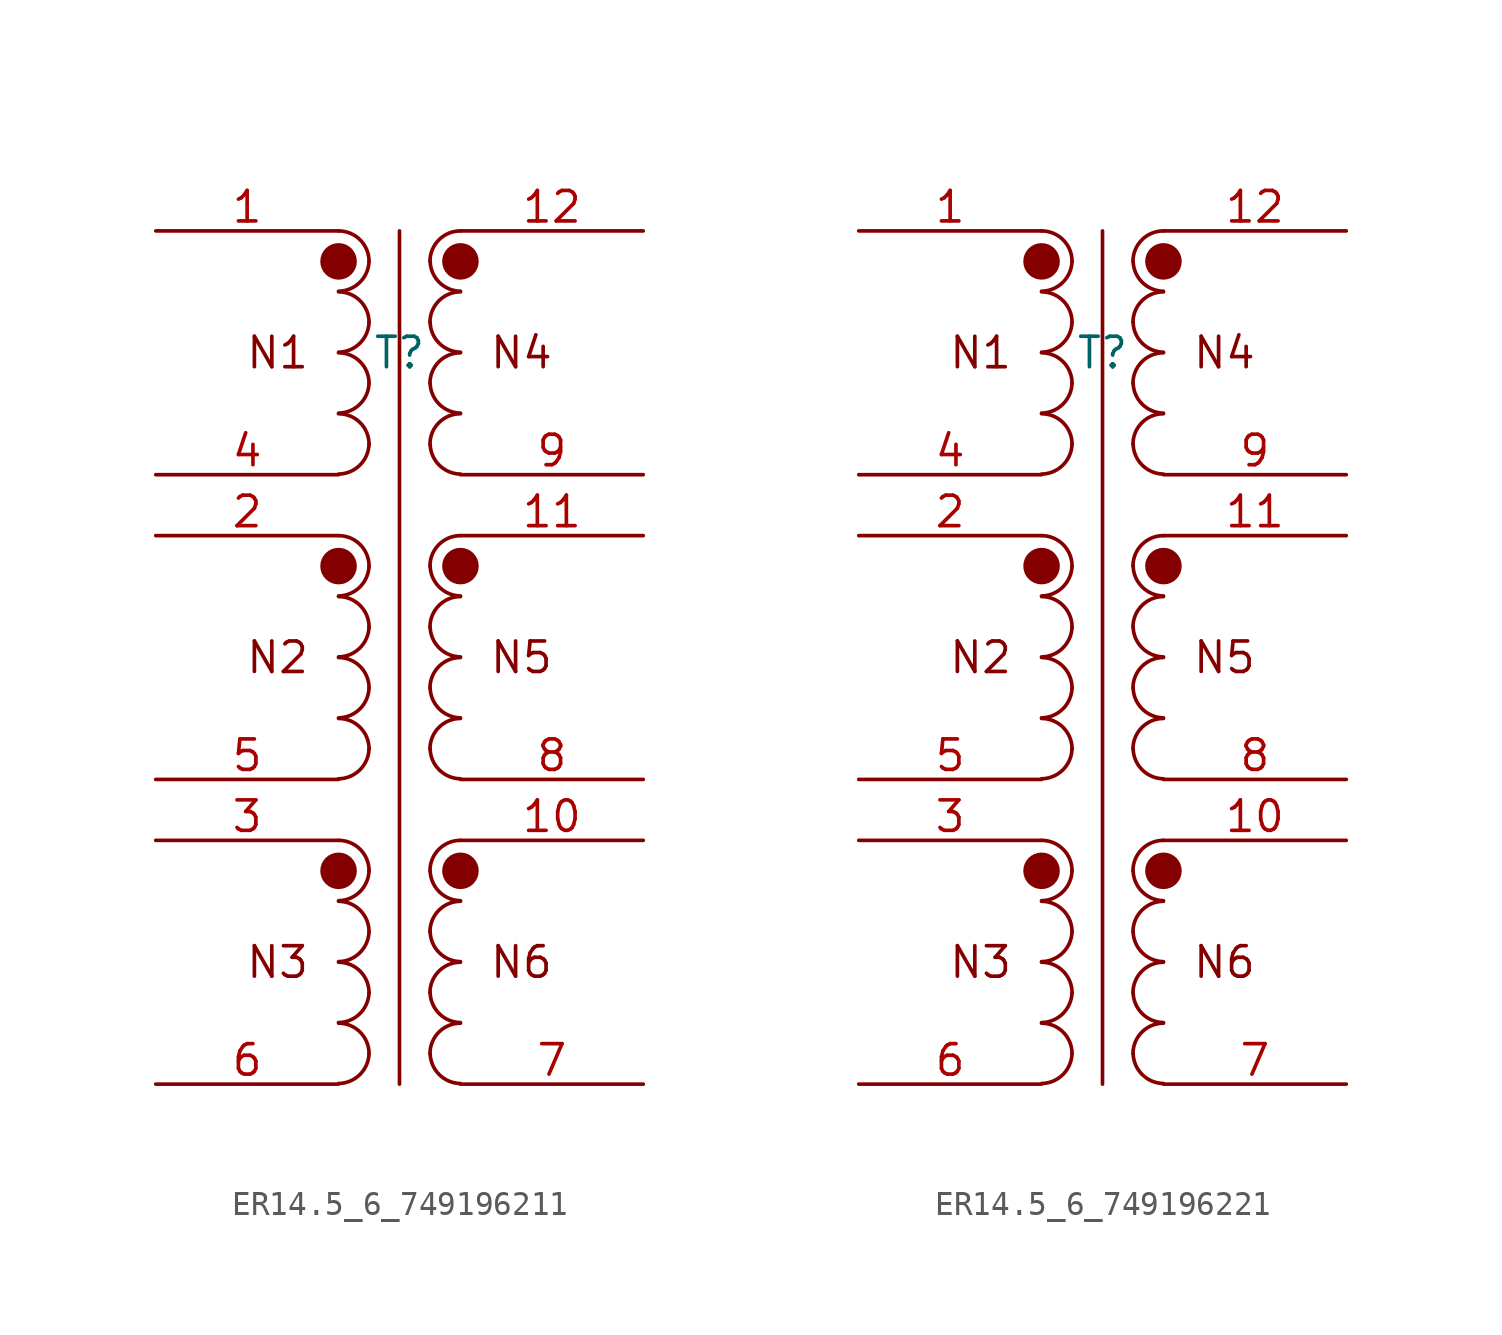
<source format=kicad_sym>
(kicad_symbol_lib
  (version 20220914)
  (generator kicad_symbol_editor)
  (symbol "ER14.5_6_749196211"
    (pin_names hide)
    (property "Reference" "T"
      (at 0 12.7 0)
      (effects (font (size 1.27 1.27))))
    (property "Critical Parameter" ""
      (at 0 -5.08 0)
      (effects (font (size 1.27 1.27)) (justify left)))
    (symbol "ER14.5_6_749196211_0_1"
      (arc (start -2.54 -17.7546) (mid -1.6561 -17.3863) (end -1.27 -16.51) (stroke (width 0) (type default)) (fill (type none)))
      (arc (start -2.54 -15.2146) (mid -1.6561 -14.8463) (end -1.27 -13.97) (stroke (width 0) (type default)) (fill (type none)))
      (arc (start -2.54 -12.6746) (mid -1.6561 -12.3063) (end -1.27 -11.43) (stroke (width 0) (type default)) (fill (type none)))
      (arc (start -2.54 -10.1346) (mid -1.6561 -9.7663) (end -1.27 -8.89) (stroke (width 0) (type default)) (fill (type none)))
      (arc (start -2.54 -5.0546) (mid -1.6561 -4.6863) (end -1.27 -3.81) (stroke (width 0) (type default)) (fill (type none)))
      (arc (start -2.54 -2.5146) (mid -1.6561 -2.1463) (end -1.27 -1.27) (stroke (width 0) (type default)) (fill (type none)))
      (arc (start -2.54 0.0254) (mid -1.6561 0.3937) (end -1.27 1.27) (stroke (width 0) (type default)) (fill (type none)))
      (arc (start -2.54 2.5654) (mid -1.6561 2.9337) (end -1.27 3.81) (stroke (width 0) (type default)) (fill (type none)))
      (arc (start -2.54 7.6454) (mid -1.6561 8.0137) (end -1.27 8.89) (stroke (width 0) (type default)) (fill (type none)))
      (arc (start -2.54 10.1854) (mid -1.6561 10.5537) (end -1.27 11.43) (stroke (width 0) (type default)) (fill (type none)))
      (arc (start -2.54 12.7254) (mid -1.6561 13.0937) (end -1.27 13.97) (stroke (width 0) (type default)) (fill (type none)))
      (arc (start -2.54 15.2654) (mid -1.6561 15.6337) (end -1.27 16.51) (stroke (width 0) (type default)) (fill (type none)))
      (arc (start -1.27 -16.51) (mid -1.642 -15.612) (end -2.54 -15.24) (stroke (width 0) (type default)) (fill (type none)))
      (arc (start -1.27 -13.97) (mid -1.642 -13.072) (end -2.54 -12.7) (stroke (width 0) (type default)) (fill (type none)))
      (arc (start -1.27 -11.43) (mid -1.642 -10.532) (end -2.54 -10.16) (stroke (width 0) (type default)) (fill (type none)))
      (arc (start -1.27 -8.89) (mid -1.642 -7.992) (end -2.54 -7.62) (stroke (width 0) (type default)) (fill (type none)))
      (arc (start -1.27 -3.81) (mid -1.642 -2.912) (end -2.54 -2.54) (stroke (width 0) (type default)) (fill (type none)))
      (arc (start -1.27 -1.27) (mid -1.642 -0.372) (end -2.54 0) (stroke (width 0) (type default)) (fill (type none)))
      (arc (start -1.27 1.27) (mid -1.642 2.168) (end -2.54 2.54) (stroke (width 0) (type default)) (fill (type none)))
      (arc (start -1.27 3.81) (mid -1.642 4.708) (end -2.54 5.08) (stroke (width 0) (type default)) (fill (type none)))
      (arc (start -1.27 8.89) (mid -1.642 9.788) (end -2.54 10.16) (stroke (width 0) (type default)) (fill (type none)))
      (arc (start -1.27 11.43) (mid -1.642 12.328) (end -2.54 12.7) (stroke (width 0) (type default)) (fill (type none)))
      (arc (start -1.27 13.97) (mid -1.642 14.868) (end -2.54 15.24) (stroke (width 0) (type default)) (fill (type none)))
      (arc (start -1.27 16.51) (mid -1.642 17.408) (end -2.54 17.78) (stroke (width 0) (type default)) (fill (type none)))
      (polyline (pts (xy 0 -17.78) (xy 0 17.78)) (stroke (width 0) (type default)) (fill (type none)))
      (arc (start 1.27 -16.51) (mid 1.6561 -17.3863) (end 2.54 -17.7546) (stroke (width 0) (type default)) (fill (type none)))
      (arc (start 1.27 -13.97) (mid 1.6561 -14.8463) (end 2.54 -15.2146) (stroke (width 0) (type default)) (fill (type none)))
      (arc (start 1.27 -11.43) (mid 1.6561 -12.3063) (end 2.54 -12.6746) (stroke (width 0) (type default)) (fill (type none)))
      (arc (start 1.27 -8.89) (mid 1.6561 -9.7663) (end 2.54 -10.1346) (stroke (width 0) (type default)) (fill (type none)))
      (arc (start 1.27 -3.81) (mid 1.6561 -4.6863) (end 2.54 -5.0546) (stroke (width 0) (type default)) (fill (type none)))
      (arc (start 1.27 -1.27) (mid 1.6561 -2.1463) (end 2.54 -2.5146) (stroke (width 0) (type default)) (fill (type none)))
      (arc (start 1.27 1.27) (mid 1.6561 0.3937) (end 2.54 0.0254) (stroke (width 0) (type default)) (fill (type none)))
      (arc (start 1.27 3.81) (mid 1.6561 2.9337) (end 2.54 2.5654) (stroke (width 0) (type default)) (fill (type none)))
      (arc (start 1.27 8.89) (mid 1.6561 8.0137) (end 2.54 7.6454) (stroke (width 0) (type default)) (fill (type none)))
      (arc (start 1.27 11.43) (mid 1.6561 10.5537) (end 2.54 10.1854) (stroke (width 0) (type default)) (fill (type none)))
      (arc (start 1.27 13.97) (mid 1.6561 13.0937) (end 2.54 12.7254) (stroke (width 0) (type default)) (fill (type none)))
      (arc (start 1.27 16.51) (mid 1.6561 15.6337) (end 2.54 15.2654) (stroke (width 0) (type default)) (fill (type none)))
      (arc (start 2.54 -15.24) (mid 1.642 -15.612) (end 1.27 -16.51) (stroke (width 0) (type default)) (fill (type none)))
      (arc (start 2.54 -12.7) (mid 1.642 -13.072) (end 1.27 -13.97) (stroke (width 0) (type default)) (fill (type none)))
      (arc (start 2.54 -10.16) (mid 1.642 -10.532) (end 1.27 -11.43) (stroke (width 0) (type default)) (fill (type none)))
      (arc (start 2.54 -7.62) (mid 1.642 -7.992) (end 1.27 -8.89) (stroke (width 0) (type default)) (fill (type none)))
      (arc (start 2.54 -2.54) (mid 1.642 -2.912) (end 1.27 -3.81) (stroke (width 0) (type default)) (fill (type none)))
      (arc (start 2.54 0) (mid 1.642 -0.372) (end 1.27 -1.27) (stroke (width 0) (type default)) (fill (type none)))
      (arc (start 2.54 2.54) (mid 1.642 2.168) (end 1.27 1.27) (stroke (width 0) (type default)) (fill (type none)))
      (arc (start 2.54 5.08) (mid 1.642 4.708) (end 1.27 3.81) (stroke (width 0) (type default)) (fill (type none)))
      (arc (start 2.54 10.16) (mid 1.642 9.788) (end 1.27 8.89) (stroke (width 0) (type default)) (fill (type none)))
      (arc (start 2.54 12.7) (mid 1.642 12.328) (end 1.27 11.43) (stroke (width 0) (type default)) (fill (type none)))
      (arc (start 2.54 15.24) (mid 1.642 14.868) (end 1.27 13.97) (stroke (width 0) (type default)) (fill (type none)))
      (arc (start 2.54 17.78) (mid 1.642 17.408) (end 1.27 16.51) (stroke (width 0) (type default)) (fill (type none))))
    (symbol "ER14.5_6_749196211_1_1"
      (circle (center -2.54 -8.89) (radius 0.0001) (stroke (width 0.762) (type default)) (fill (type none)))
      (circle (center -2.54 3.81) (radius 0.0001) (stroke (width 0.762) (type default)) (fill (type none)))
      (circle (center -2.54 16.51) (radius 0.0001) (stroke (width 0.762) (type default)) (fill (type none)))
      (circle (center 2.54 -8.89) (radius 0.0001) (stroke (width 0.762) (type default)) (fill (type none)))
      (circle (center 2.54 3.81) (radius 0.0001) (stroke (width 0.762) (type default)) (fill (type none)))
      (circle (center 2.54 16.51) (radius 0.0001) (stroke (width 0.762) (type default)) (fill (type none)))
      (text "N1" (at -5.08 12.7 0) (effects (font (size 1.27 1.27))))
      (text "N2" (at -5.08 0 0) (effects (font (size 1.27 1.27))))
      (text "N3" (at -5.08 -12.7 0) (effects (font (size 1.27 1.27))))
      (text "N4" (at 5.08 12.7 0) (effects (font (size 1.27 1.27))))
      (text "N5" (at 5.08 0 0) (effects (font (size 1.27 1.27))))
      (text "N6" (at 5.08 -12.7 0) (effects (font (size 1.27 1.27))))
      (pin passive line (at -10.16 17.78 0) (length 7.62) (name "1" (effects (font (size 1.27 1.27)))) (number "1" (effects (font (size 1.27 1.27)))))
      (pin passive line (at -10.16 7.62 0) (length 7.62) (name "4" (effects (font (size 1.27 1.27)))) (number "4" (effects (font (size 1.27 1.27)))))
      (pin passive line (at -10.16 5.08 0) (length 7.62) (name "2" (effects (font (size 1.27 1.27)))) (number "2" (effects (font (size 1.27 1.27)))))
      (pin passive line (at -10.16 -5.08 0) (length 7.62) (name "5" (effects (font (size 1.27 1.27)))) (number "5" (effects (font (size 1.27 1.27)))))
      (pin passive line (at -10.16 -7.62 0) (length 7.62) (name "3" (effects (font (size 1.27 1.27)))) (number "3" (effects (font (size 1.27 1.27)))))
      (pin passive line (at -10.16 -17.78 0) (length 7.62) (name "6" (effects (font (size 1.27 1.27)))) (number "6" (effects (font (size 1.27 1.27)))))
      (pin passive line (at 10.16 -17.78 180) (length 7.62) (name "7" (effects (font (size 1.27 1.27)))) (number "7" (effects (font (size 1.27 1.27)))))
      (pin passive line (at 10.16 -7.62 180) (length 7.62) (name "10" (effects (font (size 1.27 1.27)))) (number "10" (effects (font (size 1.27 1.27)))))
      (pin passive line (at 10.16 -5.08 180) (length 7.62) (name "8" (effects (font (size 1.27 1.27)))) (number "8" (effects (font (size 1.27 1.27)))))
      (pin passive line (at 10.16 5.08 180) (length 7.62) (name "11" (effects (font (size 1.27 1.27)))) (number "11" (effects (font (size 1.27 1.27)))))
      (pin passive line (at 10.16 7.62 180) (length 7.62) (name "9" (effects (font (size 1.27 1.27)))) (number "9" (effects (font (size 1.27 1.27)))))
      (pin passive line (at 10.16 17.78 180) (length 7.62) (name "12" (effects (font (size 1.27 1.27)))) (number "12" (effects (font (size 1.27 1.27)))))))
  (symbol "ER14.5_6_749196221"
    (pin_names hide)
    (property "Reference" "T"
      (at 0 12.7 0)
      (effects (font (size 1.27 1.27))))
    (property "Critical Parameter" ""
      (at 0 -5.08 0)
      (effects (font (size 1.27 1.27)) (justify left)))
    (symbol "ER14.5_6_749196221_0_1"
      (arc (start -2.54 -17.7546) (mid -1.6561 -17.3863) (end -1.27 -16.51) (stroke (width 0) (type default)) (fill (type none)))
      (arc (start -2.54 -15.2146) (mid -1.6561 -14.8463) (end -1.27 -13.97) (stroke (width 0) (type default)) (fill (type none)))
      (arc (start -2.54 -12.6746) (mid -1.6561 -12.3063) (end -1.27 -11.43) (stroke (width 0) (type default)) (fill (type none)))
      (arc (start -2.54 -10.1346) (mid -1.6561 -9.7663) (end -1.27 -8.89) (stroke (width 0) (type default)) (fill (type none)))
      (arc (start -2.54 -5.0546) (mid -1.6561 -4.6863) (end -1.27 -3.81) (stroke (width 0) (type default)) (fill (type none)))
      (arc (start -2.54 -2.5146) (mid -1.6561 -2.1463) (end -1.27 -1.27) (stroke (width 0) (type default)) (fill (type none)))
      (arc (start -2.54 0.0254) (mid -1.6561 0.3937) (end -1.27 1.27) (stroke (width 0) (type default)) (fill (type none)))
      (arc (start -2.54 2.5654) (mid -1.6561 2.9337) (end -1.27 3.81) (stroke (width 0) (type default)) (fill (type none)))
      (arc (start -2.54 7.6454) (mid -1.6561 8.0137) (end -1.27 8.89) (stroke (width 0) (type default)) (fill (type none)))
      (arc (start -2.54 10.1854) (mid -1.6561 10.5537) (end -1.27 11.43) (stroke (width 0) (type default)) (fill (type none)))
      (arc (start -2.54 12.7254) (mid -1.6561 13.0937) (end -1.27 13.97) (stroke (width 0) (type default)) (fill (type none)))
      (arc (start -2.54 15.2654) (mid -1.6561 15.6337) (end -1.27 16.51) (stroke (width 0) (type default)) (fill (type none)))
      (arc (start -1.27 -16.51) (mid -1.642 -15.612) (end -2.54 -15.24) (stroke (width 0) (type default)) (fill (type none)))
      (arc (start -1.27 -13.97) (mid -1.642 -13.072) (end -2.54 -12.7) (stroke (width 0) (type default)) (fill (type none)))
      (arc (start -1.27 -11.43) (mid -1.642 -10.532) (end -2.54 -10.16) (stroke (width 0) (type default)) (fill (type none)))
      (arc (start -1.27 -8.89) (mid -1.642 -7.992) (end -2.54 -7.62) (stroke (width 0) (type default)) (fill (type none)))
      (arc (start -1.27 -3.81) (mid -1.642 -2.912) (end -2.54 -2.54) (stroke (width 0) (type default)) (fill (type none)))
      (arc (start -1.27 -1.27) (mid -1.642 -0.372) (end -2.54 0) (stroke (width 0) (type default)) (fill (type none)))
      (arc (start -1.27 1.27) (mid -1.642 2.168) (end -2.54 2.54) (stroke (width 0) (type default)) (fill (type none)))
      (arc (start -1.27 3.81) (mid -1.642 4.708) (end -2.54 5.08) (stroke (width 0) (type default)) (fill (type none)))
      (arc (start -1.27 8.89) (mid -1.642 9.788) (end -2.54 10.16) (stroke (width 0) (type default)) (fill (type none)))
      (arc (start -1.27 11.43) (mid -1.642 12.328) (end -2.54 12.7) (stroke (width 0) (type default)) (fill (type none)))
      (arc (start -1.27 13.97) (mid -1.642 14.868) (end -2.54 15.24) (stroke (width 0) (type default)) (fill (type none)))
      (arc (start -1.27 16.51) (mid -1.642 17.408) (end -2.54 17.78) (stroke (width 0) (type default)) (fill (type none)))
      (polyline (pts (xy 0 -17.78) (xy 0 17.78)) (stroke (width 0) (type default)) (fill (type none)))
      (arc (start 1.27 -16.51) (mid 1.6561 -17.3863) (end 2.54 -17.7546) (stroke (width 0) (type default)) (fill (type none)))
      (arc (start 1.27 -13.97) (mid 1.6561 -14.8463) (end 2.54 -15.2146) (stroke (width 0) (type default)) (fill (type none)))
      (arc (start 1.27 -11.43) (mid 1.6561 -12.3063) (end 2.54 -12.6746) (stroke (width 0) (type default)) (fill (type none)))
      (arc (start 1.27 -8.89) (mid 1.6561 -9.7663) (end 2.54 -10.1346) (stroke (width 0) (type default)) (fill (type none)))
      (arc (start 1.27 -3.81) (mid 1.6561 -4.6863) (end 2.54 -5.0546) (stroke (width 0) (type default)) (fill (type none)))
      (arc (start 1.27 -1.27) (mid 1.6561 -2.1463) (end 2.54 -2.5146) (stroke (width 0) (type default)) (fill (type none)))
      (arc (start 1.27 1.27) (mid 1.6561 0.3937) (end 2.54 0.0254) (stroke (width 0) (type default)) (fill (type none)))
      (arc (start 1.27 3.81) (mid 1.6561 2.9337) (end 2.54 2.5654) (stroke (width 0) (type default)) (fill (type none)))
      (arc (start 1.27 8.89) (mid 1.6561 8.0137) (end 2.54 7.6454) (stroke (width 0) (type default)) (fill (type none)))
      (arc (start 1.27 11.43) (mid 1.6561 10.5537) (end 2.54 10.1854) (stroke (width 0) (type default)) (fill (type none)))
      (arc (start 1.27 13.97) (mid 1.6561 13.0937) (end 2.54 12.7254) (stroke (width 0) (type default)) (fill (type none)))
      (arc (start 1.27 16.51) (mid 1.6561 15.6337) (end 2.54 15.2654) (stroke (width 0) (type default)) (fill (type none)))
      (arc (start 2.54 -15.24) (mid 1.642 -15.612) (end 1.27 -16.51) (stroke (width 0) (type default)) (fill (type none)))
      (arc (start 2.54 -12.7) (mid 1.642 -13.072) (end 1.27 -13.97) (stroke (width 0) (type default)) (fill (type none)))
      (arc (start 2.54 -10.16) (mid 1.642 -10.532) (end 1.27 -11.43) (stroke (width 0) (type default)) (fill (type none)))
      (arc (start 2.54 -7.62) (mid 1.642 -7.992) (end 1.27 -8.89) (stroke (width 0) (type default)) (fill (type none)))
      (arc (start 2.54 -2.54) (mid 1.642 -2.912) (end 1.27 -3.81) (stroke (width 0) (type default)) (fill (type none)))
      (arc (start 2.54 0) (mid 1.642 -0.372) (end 1.27 -1.27) (stroke (width 0) (type default)) (fill (type none)))
      (arc (start 2.54 2.54) (mid 1.642 2.168) (end 1.27 1.27) (stroke (width 0) (type default)) (fill (type none)))
      (arc (start 2.54 5.08) (mid 1.642 4.708) (end 1.27 3.81) (stroke (width 0) (type default)) (fill (type none)))
      (arc (start 2.54 10.16) (mid 1.642 9.788) (end 1.27 8.89) (stroke (width 0) (type default)) (fill (type none)))
      (arc (start 2.54 12.7) (mid 1.642 12.328) (end 1.27 11.43) (stroke (width 0) (type default)) (fill (type none)))
      (arc (start 2.54 15.24) (mid 1.642 14.868) (end 1.27 13.97) (stroke (width 0) (type default)) (fill (type none)))
      (arc (start 2.54 17.78) (mid 1.642 17.408) (end 1.27 16.51) (stroke (width 0) (type default)) (fill (type none))))
    (symbol "ER14.5_6_749196221_1_1"
      (circle (center -2.54 -8.89) (radius 0.0001) (stroke (width 0.762) (type default)) (fill (type none)))
      (circle (center -2.54 3.81) (radius 0.0001) (stroke (width 0.762) (type default)) (fill (type none)))
      (circle (center -2.54 16.51) (radius 0.0001) (stroke (width 0.762) (type default)) (fill (type none)))
      (circle (center 2.54 -8.89) (radius 0.0001) (stroke (width 0.762) (type default)) (fill (type none)))
      (circle (center 2.54 3.81) (radius 0.0001) (stroke (width 0.762) (type default)) (fill (type none)))
      (circle (center 2.54 16.51) (radius 0.0001) (stroke (width 0.762) (type default)) (fill (type none)))
      (text "N1" (at -5.08 12.7 0) (effects (font (size 1.27 1.27))))
      (text "N2" (at -5.08 0 0) (effects (font (size 1.27 1.27))))
      (text "N3" (at -5.08 -12.7 0) (effects (font (size 1.27 1.27))))
      (text "N4" (at 5.08 12.7 0) (effects (font (size 1.27 1.27))))
      (text "N5" (at 5.08 0 0) (effects (font (size 1.27 1.27))))
      (text "N6" (at 5.08 -12.7 0) (effects (font (size 1.27 1.27))))
      (pin passive line (at -10.16 17.78 0) (length 7.62) (name "1" (effects (font (size 1.27 1.27)))) (number "1" (effects (font (size 1.27 1.27)))))
      (pin passive line (at -10.16 7.62 0) (length 7.62) (name "4" (effects (font (size 1.27 1.27)))) (number "4" (effects (font (size 1.27 1.27)))))
      (pin passive line (at -10.16 5.08 0) (length 7.62) (name "2" (effects (font (size 1.27 1.27)))) (number "2" (effects (font (size 1.27 1.27)))))
      (pin passive line (at -10.16 -5.08 0) (length 7.62) (name "5" (effects (font (size 1.27 1.27)))) (number "5" (effects (font (size 1.27 1.27)))))
      (pin passive line (at -10.16 -7.62 0) (length 7.62) (name "3" (effects (font (size 1.27 1.27)))) (number "3" (effects (font (size 1.27 1.27)))))
      (pin passive line (at -10.16 -17.78 0) (length 7.62) (name "6" (effects (font (size 1.27 1.27)))) (number "6" (effects (font (size 1.27 1.27)))))
      (pin passive line (at 10.16 -17.78 180) (length 7.62) (name "7" (effects (font (size 1.27 1.27)))) (number "7" (effects (font (size 1.27 1.27)))))
      (pin passive line (at 10.16 -7.62 180) (length 7.62) (name "10" (effects (font (size 1.27 1.27)))) (number "10" (effects (font (size 1.27 1.27)))))
      (pin passive line (at 10.16 -5.08 180) (length 7.62) (name "8" (effects (font (size 1.27 1.27)))) (number "8" (effects (font (size 1.27 1.27)))))
      (pin passive line (at 10.16 5.08 180) (length 7.62) (name "11" (effects (font (size 1.27 1.27)))) (number "11" (effects (font (size 1.27 1.27)))))
      (pin passive line (at 10.16 7.62 180) (length 7.62) (name "9" (effects (font (size 1.27 1.27)))) (number "9" (effects (font (size 1.27 1.27)))))
      (pin passive line (at 10.16 17.78 180) (length 7.62) (name "12" (effects (font (size 1.27 1.27)))) (number "12" (effects (font (size 1.27 1.27))))))))
</source>
